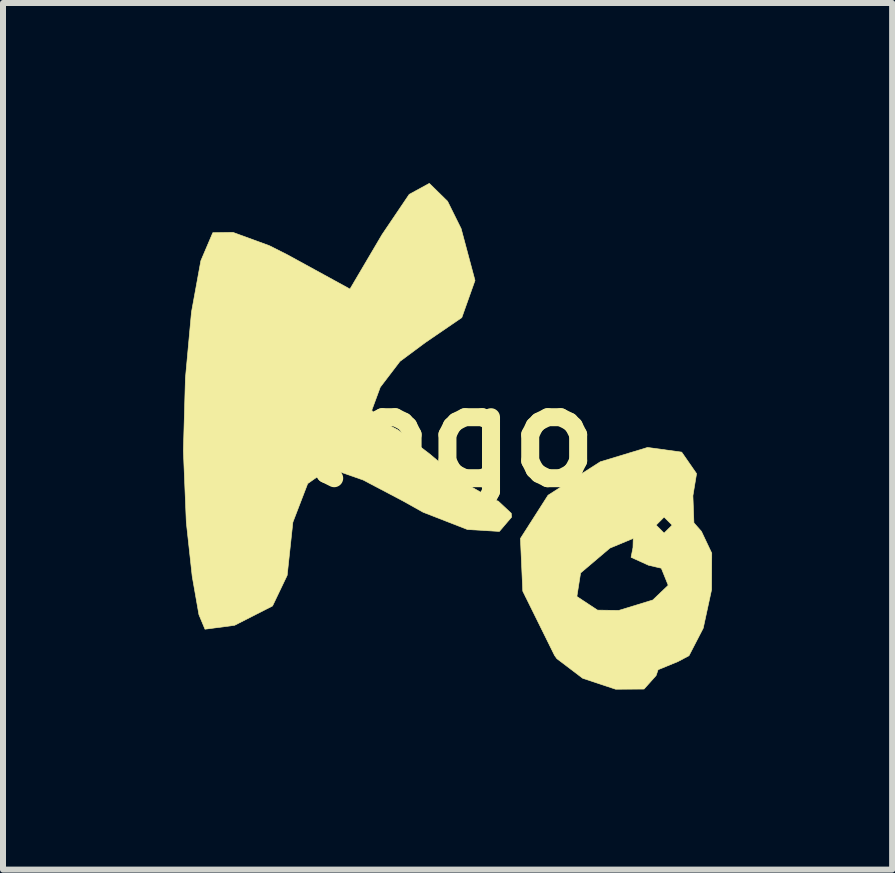
<source format=kicad_pcb>
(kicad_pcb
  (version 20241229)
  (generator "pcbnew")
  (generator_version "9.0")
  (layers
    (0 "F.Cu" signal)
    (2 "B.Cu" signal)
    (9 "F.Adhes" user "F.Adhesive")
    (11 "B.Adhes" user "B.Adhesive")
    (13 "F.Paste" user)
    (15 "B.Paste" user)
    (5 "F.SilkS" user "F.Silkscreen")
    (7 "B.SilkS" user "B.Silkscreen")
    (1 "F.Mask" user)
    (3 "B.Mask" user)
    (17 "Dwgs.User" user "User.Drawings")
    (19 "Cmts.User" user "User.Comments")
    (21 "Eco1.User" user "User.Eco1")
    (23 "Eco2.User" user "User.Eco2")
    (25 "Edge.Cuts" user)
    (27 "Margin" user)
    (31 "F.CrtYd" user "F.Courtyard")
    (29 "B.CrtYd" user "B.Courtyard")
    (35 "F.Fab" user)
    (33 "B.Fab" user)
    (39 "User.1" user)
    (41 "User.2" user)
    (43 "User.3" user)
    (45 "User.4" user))
  (footprint "logo"
    (layer "F.Cu")
    (at 4.404 4.227)
    (property "Reference" "logo" (at 0 0 0) (layer "F.SilkS") (effects (font (size 1.524 1.524) (thickness 0.3))))
    (attr through_hole)
    (fp_poly (pts (xy 3.902 0.255) (xy 4.15 0.613) (xy 4.089 0.982) (xy 4.106 1.433) (xy 4.231 1.575) (xy 4.403 1.938) (xy 4.4 2.547) (xy 4.261 3.188) (xy 4.024 3.646) (xy 3.842 3.743) (xy 3.509 3.88) (xy 3.476 3.977) (xy 3.275 4.202) (xy 2.803 4.205) (xy 2.254 4.023) (xy 1.823 3.696) (xy 1.785 3.643) (xy 1.299 2.66) (xy 2.156 2.66) (xy 2.5 2.887) (xy 2.854 2.892) (xy 3.422 2.718) (xy 3.678 2.473) (xy 3.563 2.189) (xy 3.349 2.139) (xy 3.059 2.007) (xy 3.091 1.845) (xy 3.095 1.692) (xy 2.706 1.854) (xy 2.218 2.268) (xy 2.156 2.66) (xy 1.299 2.66) (xy 1.255 2.571) (xy 1.216 1.693) (xy 1.358 1.471) (xy 3.476 1.471) (xy 3.609 1.604) (xy 3.743 1.471) (xy 3.609 1.337) (xy 3.476 1.471) (xy 1.358 1.471) (xy 1.676 0.973) (xy 2.546 0.416) (xy 3.334 0.177) (xy 3.902 0.255)) (stroke (width 0.01) (type solid)) (fill yes) (layer "F.SilkS"))
    (fp_poly (pts (xy 0.002 -3.924) (xy 0.228 -3.468) (xy 0.459 -2.605) (xy 0.239 -1.986) (xy -0.371 -1.569) (xy -0.791 -1.257) (xy -1.119 -0.827) (xy -1.261 -0.442) (xy -1.123 -0.267) (xy -1.111 -0.267) (xy -0.813 -0.108) (xy -0.297 0.285) (xy -0.159 0.401) (xy 0.398 0.834) (xy 0.795 1.06) (xy 0.844 1.069) (xy 1.063 1.274) (xy 1.069 1.337) (xy 0.865 1.576) (xy 0.333 1.544) (xy -0.406 1.256) (xy -0.742 1.068) (xy -1.405 0.719) (xy -1.918 0.54) (xy -1.981 0.535) (xy -2.328 0.779) (xy -2.575 1.422) (xy -2.67 2.308) (xy -2.914 2.818) (xy -3.546 3.14) (xy -4.039 3.205) (xy -4.14 2.963) (xy -4.252 2.324) (xy -4.35 1.426) (xy -4.351 1.404) (xy -4.399 0.232) (xy -4.365 -0.976) (xy -4.264 -2.078) (xy -4.108 -2.933) (xy -3.91 -3.398) (xy -3.907 -3.401) (xy -3.573 -3.406) (xy -2.966 -3.184) (xy -2.665 -3.032) (xy -1.624 -2.462) (xy -1.089 -3.37) (xy -0.637 -4.039) (xy -0.302 -4.222) (xy 0.002 -3.924)) (stroke (width 0.01) (type solid)) (fill yes) (layer "F.SilkS")))
  (gr_rect
    (start -3 -3)
    (end 11.812 11.437)
    (stroke (width 0.1) (type default))
    (fill no)
    (layer "Edge.Cuts")))
</source>
